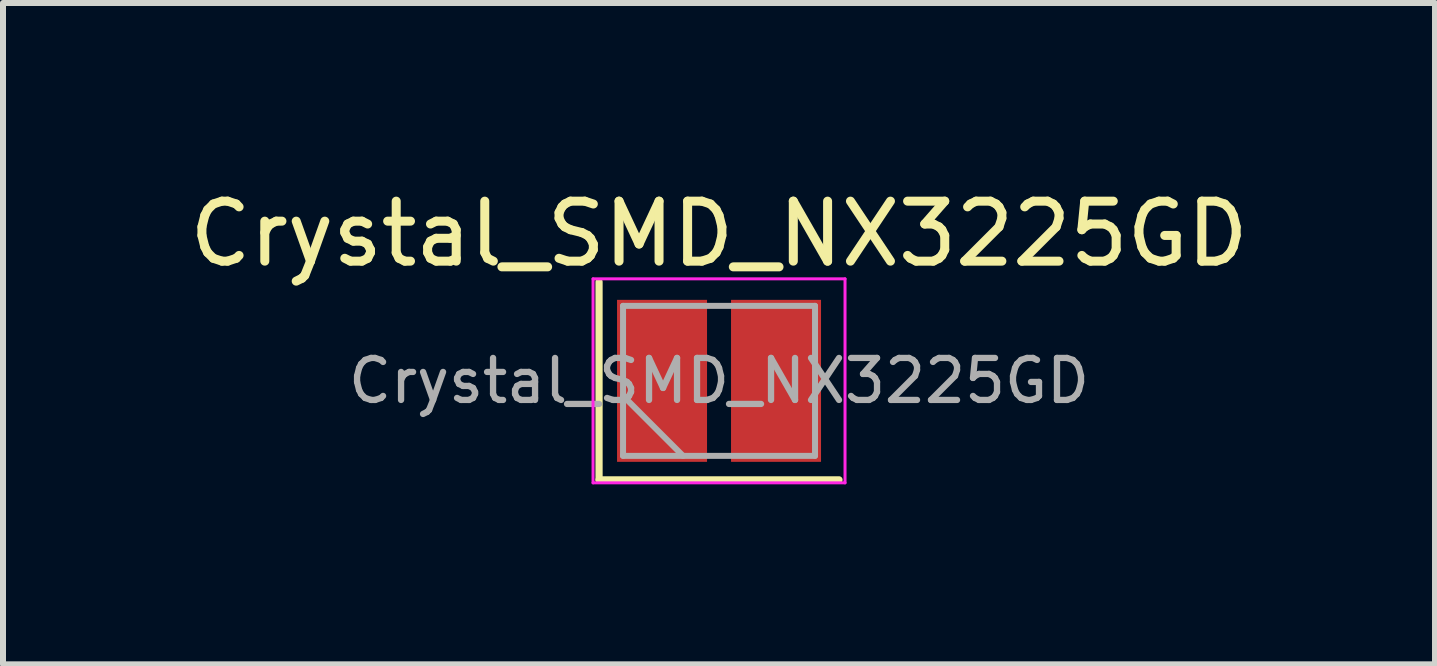
<source format=kicad_pcb>
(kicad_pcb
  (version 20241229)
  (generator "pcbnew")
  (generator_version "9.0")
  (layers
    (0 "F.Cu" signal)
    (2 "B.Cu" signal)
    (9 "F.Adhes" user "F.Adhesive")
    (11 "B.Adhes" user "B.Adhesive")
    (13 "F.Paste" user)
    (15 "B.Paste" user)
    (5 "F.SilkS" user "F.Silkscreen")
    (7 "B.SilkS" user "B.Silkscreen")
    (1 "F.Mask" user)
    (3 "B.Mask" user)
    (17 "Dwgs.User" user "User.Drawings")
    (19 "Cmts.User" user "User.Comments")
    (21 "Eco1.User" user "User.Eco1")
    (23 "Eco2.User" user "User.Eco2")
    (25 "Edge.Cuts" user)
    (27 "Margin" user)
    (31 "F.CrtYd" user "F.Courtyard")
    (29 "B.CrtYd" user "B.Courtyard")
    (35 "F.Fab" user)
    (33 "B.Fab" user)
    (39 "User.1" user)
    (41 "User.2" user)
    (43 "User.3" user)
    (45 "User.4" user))
  (footprint "Crystal_SMD_NX3225GD"
    (layer "F.Cu")
    (at 8.935 3.298)
    (property "Reference" "Crystal_SMD_NX3225GD" (at 0 -2.45 0) (layer "F.SilkS") (effects (font (size 1 1) (thickness 0.15))))
    (attr smd)
    (fp_line (start -2 -1.65) (end -2 1.65) (stroke (width 0.12) (type solid)) (layer "F.SilkS"))
    (fp_line (start -2 1.65) (end 2 1.65) (stroke (width 0.12) (type solid)) (layer "F.SilkS"))
    (fp_line (start -2.1 -1.7) (end -2.1 1.7) (stroke (width 0.05) (type solid)) (layer "F.CrtYd"))
    (fp_line (start -2.1 1.7) (end 2.1 1.7) (stroke (width 0.05) (type solid)) (layer "F.CrtYd"))
    (fp_line (start 2.1 -1.7) (end -2.1 -1.7) (stroke (width 0.05) (type solid)) (layer "F.CrtYd"))
    (fp_line (start 2.1 1.7) (end 2.1 -1.7) (stroke (width 0.05) (type solid)) (layer "F.CrtYd"))
    (fp_line (start -1.6 -1.25) (end -1.6 1.25) (stroke (width 0.1) (type solid)) (layer "F.Fab"))
    (fp_line (start -1.6 0.25) (end -0.6 1.25) (stroke (width 0.1) (type solid)) (layer "F.Fab"))
    (fp_line (start -1.6 1.25) (end 1.6 1.25) (stroke (width 0.1) (type solid)) (layer "F.Fab"))
    (fp_line (start 1.6 -1.25) (end -1.6 -1.25) (stroke (width 0.1) (type solid)) (layer "F.Fab"))
    (fp_line (start 1.6 1.25) (end 1.6 -1.25) (stroke (width 0.1) (type solid)) (layer "F.Fab"))
    (fp_text user "${REFERENCE}" (at 0 0 0) (layer "F.Fab") (effects (font (size 0.7 0.7) (thickness 0.105))))
    (pad "1" smd rect (at -0.95 0) (size 1.5 2.7) (layers "F.Cu" "F.Mask" "F.Paste"))
    (pad "2" smd rect (at 0.95 0) (size 1.5 2.7) (layers "F.Cu" "F.Mask" "F.Paste")))
  (gr_rect
    (start -3 -3)
    (end 20.869 8.023)
    (stroke (width 0.1) (type default))
    (fill no)
    (layer "Edge.Cuts")))
</source>
